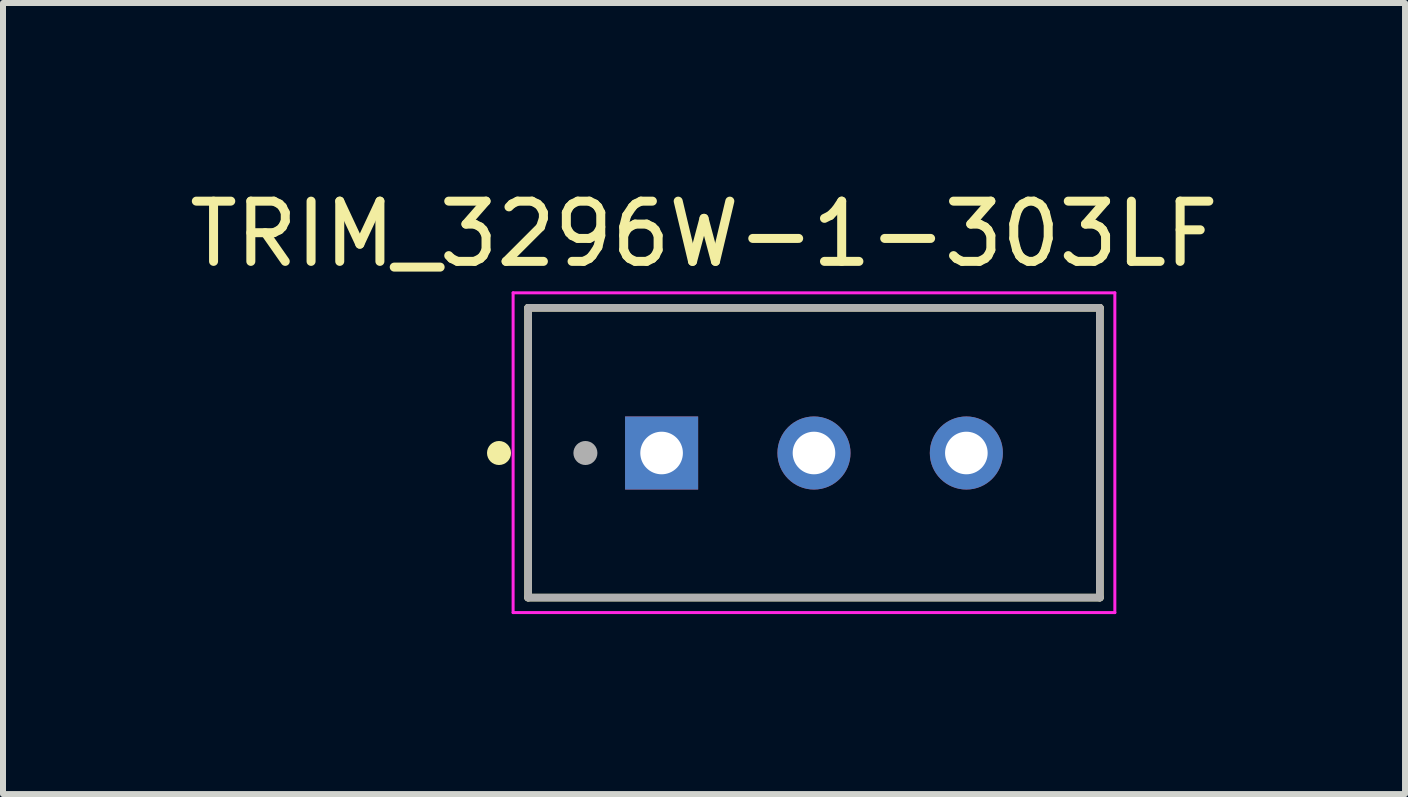
<source format=kicad_pcb>
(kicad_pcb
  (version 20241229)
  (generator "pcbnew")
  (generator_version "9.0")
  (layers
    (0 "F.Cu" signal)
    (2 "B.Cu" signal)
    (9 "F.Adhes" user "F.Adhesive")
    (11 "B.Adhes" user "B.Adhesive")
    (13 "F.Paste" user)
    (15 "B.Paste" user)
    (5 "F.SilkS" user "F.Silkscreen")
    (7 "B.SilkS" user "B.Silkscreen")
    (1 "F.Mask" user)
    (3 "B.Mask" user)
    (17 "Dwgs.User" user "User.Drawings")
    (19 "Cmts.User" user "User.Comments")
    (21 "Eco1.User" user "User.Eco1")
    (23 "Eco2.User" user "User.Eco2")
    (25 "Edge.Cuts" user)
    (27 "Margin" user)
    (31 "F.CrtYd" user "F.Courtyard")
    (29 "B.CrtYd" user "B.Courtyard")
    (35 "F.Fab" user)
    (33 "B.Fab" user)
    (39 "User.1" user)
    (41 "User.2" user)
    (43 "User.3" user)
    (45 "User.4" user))
  (footprint "TRIM_3296W-1-303LF"
    (layer "F.Cu")
    (at 10.518 4.501)
    (property "Reference" "TRIM_3296W-1-303LF" (at -1.833 -3.651 0) (layer "F.SilkS") (effects (font (size 1.004 1.004) (thickness 0.15))))
    (attr through_hole)
    (fp_line (start -4.765 -2.42) (end 4.765 -2.42) (stroke (width 0.127) (type solid)) (layer "F.SilkS"))
    (fp_line (start -4.765 2.41) (end -4.765 -2.42) (stroke (width 0.127) (type solid)) (layer "F.SilkS"))
    (fp_line (start 4.765 -2.42) (end 4.765 2.41) (stroke (width 0.127) (type solid)) (layer "F.SilkS"))
    (fp_line (start 4.765 2.41) (end -4.765 2.41) (stroke (width 0.127) (type solid)) (layer "F.SilkS"))
    (fp_circle (center -5.25 0) (end -5.15 0) (stroke (width 0.2) (type solid)) (fill no) (layer "F.SilkS"))
    (fp_line (start -5.015 -2.67) (end 5.015 -2.67) (stroke (width 0.05) (type solid)) (layer "F.CrtYd"))
    (fp_line (start -5.015 2.66) (end -5.015 -2.67) (stroke (width 0.05) (type solid)) (layer "F.CrtYd"))
    (fp_line (start 5.015 -2.67) (end 5.015 2.66) (stroke (width 0.05) (type solid)) (layer "F.CrtYd"))
    (fp_line (start 5.015 2.66) (end -5.015 2.66) (stroke (width 0.05) (type solid)) (layer "F.CrtYd"))
    (fp_line (start -4.765 -2.42) (end 4.765 -2.42) (stroke (width 0.127) (type solid)) (layer "F.Fab"))
    (fp_line (start -4.765 2.41) (end -4.765 -2.42) (stroke (width 0.127) (type solid)) (layer "F.Fab"))
    (fp_line (start 4.765 -2.42) (end 4.765 2.41) (stroke (width 0.127) (type solid)) (layer "F.Fab"))
    (fp_line (start 4.765 2.41) (end -4.765 2.41) (stroke (width 0.127) (type solid)) (layer "F.Fab"))
    (fp_circle (center -3.81 0) (end -3.71 0) (stroke (width 0.2) (type solid)) (fill no) (layer "F.Fab"))
    (pad "1" thru_hole rect (at -2.54 0) (size 1.218 1.218) (drill 0.71) (layers "*.Cu" "*.Mask"))
    (pad "2" thru_hole circle (at 0 0) (size 1.218 1.218) (drill 0.71) (layers "*.Cu" "*.Mask"))
    (pad "3" thru_hole circle (at 2.54 0) (size 1.218 1.218) (drill 0.71) (layers "*.Cu" "*.Mask")))
  (gr_rect
    (start -3 -3)
    (end 20.37 10.186)
    (stroke (width 0.1) (type default))
    (fill no)
    (layer "Edge.Cuts")))
</source>
